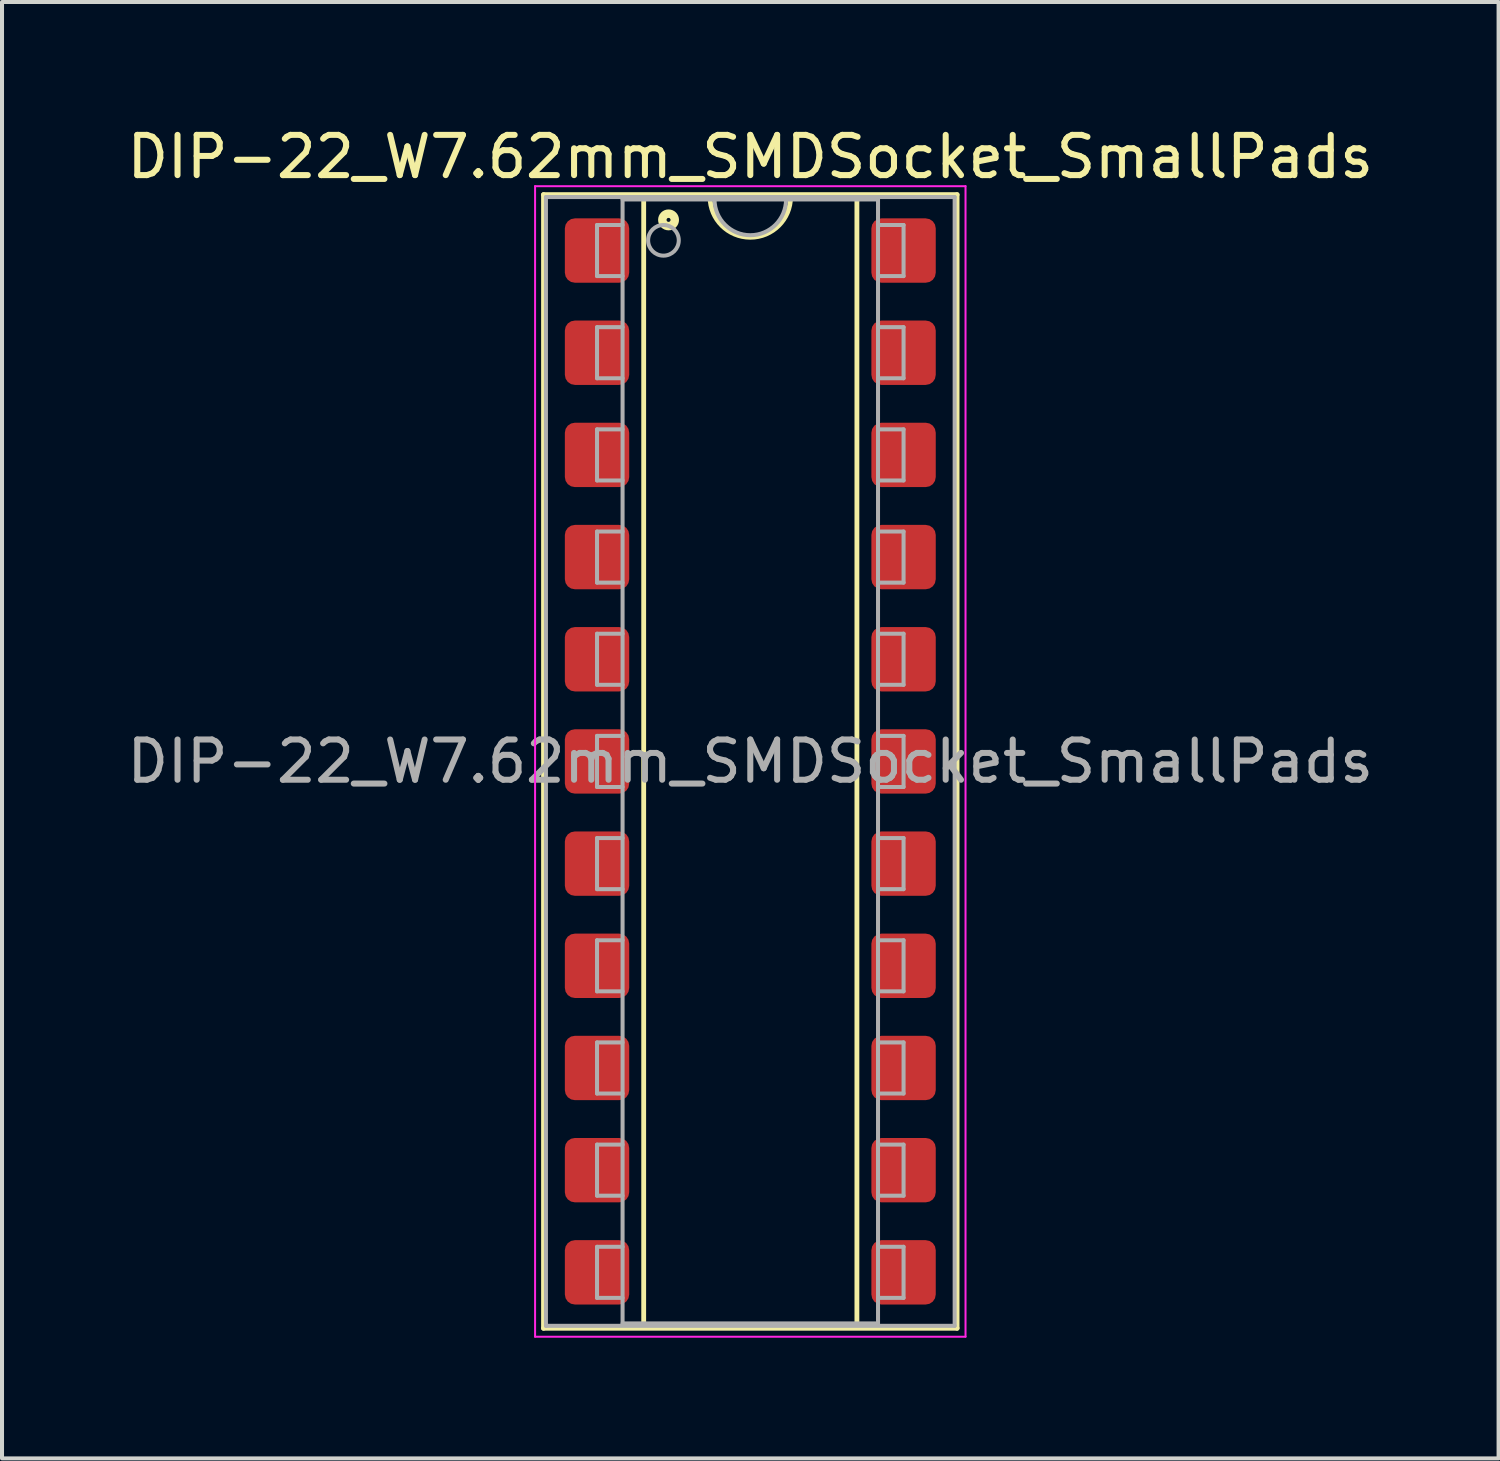
<source format=kicad_pcb>
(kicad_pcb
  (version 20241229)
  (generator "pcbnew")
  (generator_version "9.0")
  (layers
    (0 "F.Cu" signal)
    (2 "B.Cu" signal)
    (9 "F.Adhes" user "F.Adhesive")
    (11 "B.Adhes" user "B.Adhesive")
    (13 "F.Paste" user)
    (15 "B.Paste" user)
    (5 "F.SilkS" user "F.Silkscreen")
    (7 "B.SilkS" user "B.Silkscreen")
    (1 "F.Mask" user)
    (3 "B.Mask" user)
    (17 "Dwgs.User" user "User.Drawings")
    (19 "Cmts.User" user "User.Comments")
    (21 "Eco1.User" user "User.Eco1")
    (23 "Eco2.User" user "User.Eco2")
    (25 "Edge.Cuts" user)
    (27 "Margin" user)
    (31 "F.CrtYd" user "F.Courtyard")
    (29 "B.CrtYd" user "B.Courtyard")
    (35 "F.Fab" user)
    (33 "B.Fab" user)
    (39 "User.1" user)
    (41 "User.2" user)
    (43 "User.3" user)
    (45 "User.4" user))
  (footprint "DIP-22_W7.62mm_SMDSocket_SmallPads"
    (layer "F.Cu")
    (at 15.601 15.878)
    (property "Reference" "DIP-22_W7.62mm_SMDSocket_SmallPads" (at 0 -15.03 0) (layer "F.SilkS") (effects (font (size 1 1) (thickness 0.15))))
    (attr smd)
    (fp_line (start -5.14 -14.09) (end -5.14 14.09) (stroke (width 0.12) (type solid)) (layer "F.SilkS"))
    (fp_line (start -5.14 14.09) (end 5.14 14.09) (stroke (width 0.12) (type solid)) (layer "F.SilkS"))
    (fp_line (start -2.65 -14.03) (end -2.65 14.03) (stroke (width 0.12) (type solid)) (layer "F.SilkS"))
    (fp_line (start -2.65 14.03) (end 2.65 14.03) (stroke (width 0.12) (type solid)) (layer "F.SilkS"))
    (fp_line (start -1 -14.03) (end -2.65 -14.03) (stroke (width 0.12) (type solid)) (layer "F.SilkS"))
    (fp_line (start 2.65 -14.03) (end 1 -14.03) (stroke (width 0.12) (type solid)) (layer "F.SilkS"))
    (fp_line (start 2.65 14.03) (end 2.65 -14.03) (stroke (width 0.12) (type solid)) (layer "F.SilkS"))
    (fp_line (start 5.14 -14.09) (end -5.14 -14.09) (stroke (width 0.12) (type solid)) (layer "F.SilkS"))
    (fp_line (start 5.14 14.09) (end 5.14 -14.09) (stroke (width 0.12) (type solid)) (layer "F.SilkS"))
    (fp_arc (start 1 -14.03) (mid 0 -13.03) (end -1 -14.03) (stroke (width 0.12) (type solid)) (layer "F.SilkS"))
    (fp_circle (center -2.032 -13.462) (end -1.982 -13.462) (stroke (width 0.12) (type solid)) (fill no) (layer "F.SilkS"))
    (fp_circle (center -2.032 -13.462) (end -1.907 -13.462) (stroke (width 0.12) (type solid)) (fill no) (layer "F.SilkS"))
    (fp_circle (center -2.032 -13.462) (end -1.832 -13.462) (stroke (width 0.12) (type solid)) (fill no) (layer "F.SilkS"))
    (fp_line (start -5.35 -14.3) (end -5.35 14.3) (stroke (width 0.05) (type solid)) (layer "F.CrtYd"))
    (fp_line (start -5.35 14.3) (end 5.35 14.3) (stroke (width 0.05) (type solid)) (layer "F.CrtYd"))
    (fp_line (start 5.35 -14.3) (end -5.35 -14.3) (stroke (width 0.05) (type solid)) (layer "F.CrtYd"))
    (fp_line (start 5.35 14.3) (end 5.35 -14.3) (stroke (width 0.05) (type solid)) (layer "F.CrtYd"))
    (fp_line (start -5.08 -14.03) (end -5.08 14.03) (stroke (width 0.1) (type solid)) (layer "F.Fab"))
    (fp_line (start -5.08 14.03) (end 5.08 14.03) (stroke (width 0.1) (type solid)) (layer "F.Fab"))
    (fp_line (start -3.81 -13.335) (end -3.81 -12.065) (stroke (width 0.1) (type solid)) (layer "F.Fab"))
    (fp_line (start -3.81 -13.335) (end -3.175 -13.335) (stroke (width 0.1) (type solid)) (layer "F.Fab"))
    (fp_line (start -3.81 -12.065) (end -3.175 -12.065) (stroke (width 0.1) (type solid)) (layer "F.Fab"))
    (fp_line (start -3.81 -10.795) (end -3.81 -9.525) (stroke (width 0.1) (type solid)) (layer "F.Fab"))
    (fp_line (start -3.81 -10.795) (end -3.175 -10.795) (stroke (width 0.1) (type solid)) (layer "F.Fab"))
    (fp_line (start -3.81 -9.525) (end -3.175 -9.525) (stroke (width 0.1) (type solid)) (layer "F.Fab"))
    (fp_line (start -3.81 -8.255) (end -3.81 -6.985) (stroke (width 0.1) (type solid)) (layer "F.Fab"))
    (fp_line (start -3.81 -8.255) (end -3.175 -8.255) (stroke (width 0.1) (type solid)) (layer "F.Fab"))
    (fp_line (start -3.81 -6.985) (end -3.175 -6.985) (stroke (width 0.1) (type solid)) (layer "F.Fab"))
    (fp_line (start -3.81 -5.715) (end -3.81 -4.445) (stroke (width 0.1) (type solid)) (layer "F.Fab"))
    (fp_line (start -3.81 -5.715) (end -3.175 -5.715) (stroke (width 0.1) (type solid)) (layer "F.Fab"))
    (fp_line (start -3.81 -4.445) (end -3.175 -4.445) (stroke (width 0.1) (type solid)) (layer "F.Fab"))
    (fp_line (start -3.81 -3.175) (end -3.81 -1.905) (stroke (width 0.1) (type solid)) (layer "F.Fab"))
    (fp_line (start -3.81 -3.175) (end -3.175 -3.175) (stroke (width 0.1) (type solid)) (layer "F.Fab"))
    (fp_line (start -3.81 -1.905) (end -3.175 -1.905) (stroke (width 0.1) (type solid)) (layer "F.Fab"))
    (fp_line (start -3.81 -0.635) (end -3.81 0.635) (stroke (width 0.1) (type solid)) (layer "F.Fab"))
    (fp_line (start -3.81 -0.635) (end -3.175 -0.635) (stroke (width 0.1) (type solid)) (layer "F.Fab"))
    (fp_line (start -3.81 0.635) (end -3.175 0.635) (stroke (width 0.1) (type solid)) (layer "F.Fab"))
    (fp_line (start -3.81 1.905) (end -3.81 3.175) (stroke (width 0.1) (type solid)) (layer "F.Fab"))
    (fp_line (start -3.81 1.905) (end -3.175 1.905) (stroke (width 0.1) (type solid)) (layer "F.Fab"))
    (fp_line (start -3.81 3.175) (end -3.175 3.175) (stroke (width 0.1) (type solid)) (layer "F.Fab"))
    (fp_line (start -3.81 4.445) (end -3.81 5.715) (stroke (width 0.1) (type solid)) (layer "F.Fab"))
    (fp_line (start -3.81 4.445) (end -3.175 4.445) (stroke (width 0.1) (type solid)) (layer "F.Fab"))
    (fp_line (start -3.81 5.715) (end -3.175 5.715) (stroke (width 0.1) (type solid)) (layer "F.Fab"))
    (fp_line (start -3.81 6.985) (end -3.81 8.255) (stroke (width 0.1) (type solid)) (layer "F.Fab"))
    (fp_line (start -3.81 6.985) (end -3.175 6.985) (stroke (width 0.1) (type solid)) (layer "F.Fab"))
    (fp_line (start -3.81 8.255) (end -3.175 8.255) (stroke (width 0.1) (type solid)) (layer "F.Fab"))
    (fp_line (start -3.81 9.525) (end -3.81 10.795) (stroke (width 0.1) (type solid)) (layer "F.Fab"))
    (fp_line (start -3.81 9.525) (end -3.175 9.525) (stroke (width 0.1) (type solid)) (layer "F.Fab"))
    (fp_line (start -3.81 10.795) (end -3.175 10.795) (stroke (width 0.1) (type solid)) (layer "F.Fab"))
    (fp_line (start -3.81 12.065) (end -3.81 13.335) (stroke (width 0.1) (type solid)) (layer "F.Fab"))
    (fp_line (start -3.81 12.065) (end -3.175 12.065) (stroke (width 0.1) (type solid)) (layer "F.Fab"))
    (fp_line (start -3.81 13.335) (end -3.175 13.335) (stroke (width 0.1) (type solid)) (layer "F.Fab"))
    (fp_line (start -3.175 -13.97) (end 3.175 -13.97) (stroke (width 0.1) (type solid)) (layer "F.Fab"))
    (fp_line (start -3.175 13.97) (end -3.175 -13.97) (stroke (width 0.1) (type solid)) (layer "F.Fab"))
    (fp_line (start 3.175 -13.97) (end 3.175 13.97) (stroke (width 0.1) (type solid)) (layer "F.Fab"))
    (fp_line (start 3.175 13.97) (end -3.175 13.97) (stroke (width 0.1) (type solid)) (layer "F.Fab"))
    (fp_line (start 3.81 -13.335) (end 3.175 -13.335) (stroke (width 0.1) (type solid)) (layer "F.Fab"))
    (fp_line (start 3.81 -12.065) (end 3.175 -12.065) (stroke (width 0.1) (type solid)) (layer "F.Fab"))
    (fp_line (start 3.81 -12.065) (end 3.81 -13.335) (stroke (width 0.1) (type solid)) (layer "F.Fab"))
    (fp_line (start 3.81 -10.795) (end 3.175 -10.795) (stroke (width 0.1) (type solid)) (layer "F.Fab"))
    (fp_line (start 3.81 -9.525) (end 3.175 -9.525) (stroke (width 0.1) (type solid)) (layer "F.Fab"))
    (fp_line (start 3.81 -9.525) (end 3.81 -10.795) (stroke (width 0.1) (type solid)) (layer "F.Fab"))
    (fp_line (start 3.81 -8.255) (end 3.175 -8.255) (stroke (width 0.1) (type solid)) (layer "F.Fab"))
    (fp_line (start 3.81 -6.985) (end 3.175 -6.985) (stroke (width 0.1) (type solid)) (layer "F.Fab"))
    (fp_line (start 3.81 -6.985) (end 3.81 -8.255) (stroke (width 0.1) (type solid)) (layer "F.Fab"))
    (fp_line (start 3.81 -5.715) (end 3.175 -5.715) (stroke (width 0.1) (type solid)) (layer "F.Fab"))
    (fp_line (start 3.81 -4.445) (end 3.175 -4.445) (stroke (width 0.1) (type solid)) (layer "F.Fab"))
    (fp_line (start 3.81 -4.445) (end 3.81 -5.715) (stroke (width 0.1) (type solid)) (layer "F.Fab"))
    (fp_line (start 3.81 -3.175) (end 3.175 -3.175) (stroke (width 0.1) (type solid)) (layer "F.Fab"))
    (fp_line (start 3.81 -1.905) (end 3.175 -1.905) (stroke (width 0.1) (type solid)) (layer "F.Fab"))
    (fp_line (start 3.81 -1.905) (end 3.81 -3.175) (stroke (width 0.1) (type solid)) (layer "F.Fab"))
    (fp_line (start 3.81 -0.635) (end 3.175 -0.635) (stroke (width 0.1) (type solid)) (layer "F.Fab"))
    (fp_line (start 3.81 0.635) (end 3.175 0.635) (stroke (width 0.1) (type solid)) (layer "F.Fab"))
    (fp_line (start 3.81 0.635) (end 3.81 -0.635) (stroke (width 0.1) (type solid)) (layer "F.Fab"))
    (fp_line (start 3.81 1.905) (end 3.175 1.905) (stroke (width 0.1) (type solid)) (layer "F.Fab"))
    (fp_line (start 3.81 3.175) (end 3.175 3.175) (stroke (width 0.1) (type solid)) (layer "F.Fab"))
    (fp_line (start 3.81 3.175) (end 3.81 1.905) (stroke (width 0.1) (type solid)) (layer "F.Fab"))
    (fp_line (start 3.81 4.445) (end 3.175 4.445) (stroke (width 0.1) (type solid)) (layer "F.Fab"))
    (fp_line (start 3.81 5.715) (end 3.175 5.715) (stroke (width 0.1) (type solid)) (layer "F.Fab"))
    (fp_line (start 3.81 5.715) (end 3.81 4.445) (stroke (width 0.1) (type solid)) (layer "F.Fab"))
    (fp_line (start 3.81 6.985) (end 3.175 6.985) (stroke (width 0.1) (type solid)) (layer "F.Fab"))
    (fp_line (start 3.81 8.255) (end 3.175 8.255) (stroke (width 0.1) (type solid)) (layer "F.Fab"))
    (fp_line (start 3.81 8.255) (end 3.81 6.985) (stroke (width 0.1) (type solid)) (layer "F.Fab"))
    (fp_line (start 3.81 9.525) (end 3.175 9.525) (stroke (width 0.1) (type solid)) (layer "F.Fab"))
    (fp_line (start 3.81 10.795) (end 3.175 10.795) (stroke (width 0.1) (type solid)) (layer "F.Fab"))
    (fp_line (start 3.81 10.795) (end 3.81 9.525) (stroke (width 0.1) (type solid)) (layer "F.Fab"))
    (fp_line (start 3.81 12.065) (end 3.175 12.065) (stroke (width 0.1) (type solid)) (layer "F.Fab"))
    (fp_line (start 3.81 13.335) (end 3.175 13.335) (stroke (width 0.1) (type solid)) (layer "F.Fab"))
    (fp_line (start 3.81 13.335) (end 3.81 12.065) (stroke (width 0.1) (type solid)) (layer "F.Fab"))
    (fp_line (start 5.08 -14.03) (end -5.08 -14.03) (stroke (width 0.1) (type solid)) (layer "F.Fab"))
    (fp_line (start 5.08 14.03) (end 5.08 -14.03) (stroke (width 0.1) (type solid)) (layer "F.Fab"))
    (fp_arc (start 0.889 -13.97) (mid 0 -13.081) (end -0.889 -13.97) (stroke (width 0.1) (type solid)) (layer "F.Fab"))
    (fp_circle (center -2.159 -12.954) (end -1.778 -12.954) (stroke (width 0.1) (type solid)) (fill no) (layer "F.Fab"))
    (fp_text user "${REFERENCE}" (at 0 0 0) (layer "F.Fab") (effects (font (size 1 1) (thickness 0.15))))
    (pad "1" smd roundrect (at -3.81 -12.7) (size 1.6 1.6) (layers "F.Cu" "F.Mask" "F.Paste") (roundrect_rratio 0.156))
    (pad "2" smd roundrect (at -3.81 -10.16) (size 1.6 1.6) (layers "F.Cu" "F.Mask" "F.Paste") (roundrect_rratio 0.156))
    (pad "3" smd roundrect (at -3.81 -7.62) (size 1.6 1.6) (layers "F.Cu" "F.Mask" "F.Paste") (roundrect_rratio 0.156))
    (pad "4" smd roundrect (at -3.81 -5.08) (size 1.6 1.6) (layers "F.Cu" "F.Mask" "F.Paste") (roundrect_rratio 0.156))
    (pad "5" smd roundrect (at -3.81 -2.54) (size 1.6 1.6) (layers "F.Cu" "F.Mask" "F.Paste") (roundrect_rratio 0.156))
    (pad "6" smd roundrect (at -3.81 0) (size 1.6 1.6) (layers "F.Cu" "F.Mask" "F.Paste") (roundrect_rratio 0.156))
    (pad "7" smd roundrect (at -3.81 2.54) (size 1.6 1.6) (layers "F.Cu" "F.Mask" "F.Paste") (roundrect_rratio 0.156))
    (pad "8" smd roundrect (at -3.81 5.08) (size 1.6 1.6) (layers "F.Cu" "F.Mask" "F.Paste") (roundrect_rratio 0.156))
    (pad "9" smd roundrect (at -3.81 7.62) (size 1.6 1.6) (layers "F.Cu" "F.Mask" "F.Paste") (roundrect_rratio 0.156))
    (pad "10" smd roundrect (at -3.81 10.16) (size 1.6 1.6) (layers "F.Cu" "F.Mask" "F.Paste") (roundrect_rratio 0.156))
    (pad "11" smd roundrect (at -3.81 12.7) (size 1.6 1.6) (layers "F.Cu" "F.Mask" "F.Paste") (roundrect_rratio 0.156))
    (pad "12" smd roundrect (at 3.81 12.7) (size 1.6 1.6) (layers "F.Cu" "F.Mask" "F.Paste") (roundrect_rratio 0.156))
    (pad "13" smd roundrect (at 3.81 10.16) (size 1.6 1.6) (layers "F.Cu" "F.Mask" "F.Paste") (roundrect_rratio 0.156))
    (pad "14" smd roundrect (at 3.81 7.62) (size 1.6 1.6) (layers "F.Cu" "F.Mask" "F.Paste") (roundrect_rratio 0.156))
    (pad "15" smd roundrect (at 3.81 5.08) (size 1.6 1.6) (layers "F.Cu" "F.Mask" "F.Paste") (roundrect_rratio 0.156))
    (pad "16" smd roundrect (at 3.81 2.54) (size 1.6 1.6) (layers "F.Cu" "F.Mask" "F.Paste") (roundrect_rratio 0.156))
    (pad "17" smd roundrect (at 3.81 0) (size 1.6 1.6) (layers "F.Cu" "F.Mask" "F.Paste") (roundrect_rratio 0.156))
    (pad "18" smd roundrect (at 3.81 -2.54) (size 1.6 1.6) (layers "F.Cu" "F.Mask" "F.Paste") (roundrect_rratio 0.156))
    (pad "19" smd roundrect (at 3.81 -5.08) (size 1.6 1.6) (layers "F.Cu" "F.Mask" "F.Paste") (roundrect_rratio 0.156))
    (pad "20" smd roundrect (at 3.81 -7.62) (size 1.6 1.6) (layers "F.Cu" "F.Mask" "F.Paste") (roundrect_rratio 0.156))
    (pad "21" smd roundrect (at 3.81 -10.16) (size 1.6 1.6) (layers "F.Cu" "F.Mask" "F.Paste") (roundrect_rratio 0.156))
    (pad "22" smd roundrect (at 3.81 -12.7) (size 1.6 1.6) (layers "F.Cu" "F.Mask" "F.Paste") (roundrect_rratio 0.156)))
  (gr_rect
    (start -3 -3)
    (end 34.202 33.203)
    (stroke (width 0.1) (type default))
    (fill no)
    (layer "Edge.Cuts")))
</source>
